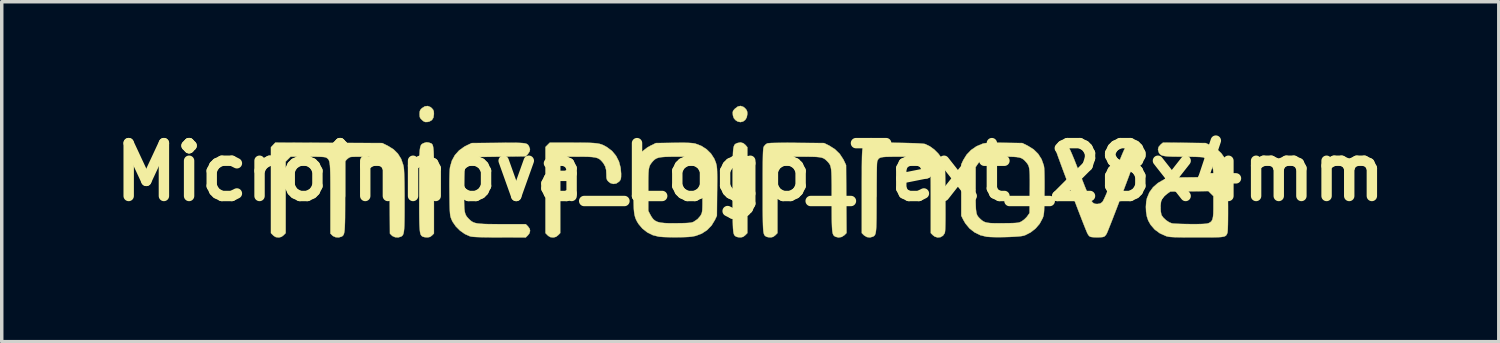
<source format=kicad_pcb>
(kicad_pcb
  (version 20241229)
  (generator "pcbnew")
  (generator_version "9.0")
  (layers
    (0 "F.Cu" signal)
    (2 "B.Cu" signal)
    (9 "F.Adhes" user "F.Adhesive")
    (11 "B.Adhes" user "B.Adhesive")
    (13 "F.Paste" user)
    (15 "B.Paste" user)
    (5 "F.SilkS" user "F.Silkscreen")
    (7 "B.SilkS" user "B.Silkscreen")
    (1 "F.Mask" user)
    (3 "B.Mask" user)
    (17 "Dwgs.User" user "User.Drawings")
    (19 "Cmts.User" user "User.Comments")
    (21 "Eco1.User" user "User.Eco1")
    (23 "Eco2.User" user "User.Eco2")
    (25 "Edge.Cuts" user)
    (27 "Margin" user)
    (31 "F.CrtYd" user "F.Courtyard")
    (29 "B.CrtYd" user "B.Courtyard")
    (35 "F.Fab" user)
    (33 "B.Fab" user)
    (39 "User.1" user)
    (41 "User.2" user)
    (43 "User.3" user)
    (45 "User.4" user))
  (footprint "Microinnova_Logo_Text_28x4mm"
    (layer "F.Cu")
    (at 18.586 1.912)
    (property "Reference" "Microinnova_Logo_Text_28x4mm" (at 0 0 0) (layer "F.SilkS") (effects (font (size 1.524 1.524) (thickness 0.3))))
    (attr through_hole)
    (fp_poly (pts (xy -0.203 -1.882) (xy -0.15 -1.84) (xy -0.107 -1.789) (xy -0.088 -1.736) (xy -0.085 -1.676) (xy -0.102 -1.579) (xy -0.145 -1.505) (xy -0.209 -1.458) (xy -0.284 -1.441) (xy -0.364 -1.458) (xy -0.425 -1.498) (xy -0.473 -1.554) (xy -0.497 -1.621) (xy -0.502 -1.656) (xy -0.506 -1.719) (xy -0.496 -1.762) (xy -0.464 -1.804) (xy -0.439 -1.83) (xy -0.359 -1.89) (xy -0.28 -1.907) (xy -0.203 -1.882)) (stroke (width 0.01) (type solid)) (fill yes) (layer "F.SilkS"))
    (fp_poly (pts (xy -9.222 -1.874) (xy -9.185 -1.843) (xy -9.145 -1.796) (xy -9.127 -1.746) (xy -9.123 -1.675) (xy -9.137 -1.572) (xy -9.181 -1.5) (xy -9.255 -1.457) (xy -9.305 -1.446) (xy -9.366 -1.443) (xy -9.411 -1.458) (xy -9.463 -1.498) (xy -9.464 -1.499) (xy -9.507 -1.543) (xy -9.529 -1.585) (xy -9.535 -1.644) (xy -9.536 -1.672) (xy -9.532 -1.742) (xy -9.517 -1.788) (xy -9.482 -1.829) (xy -9.466 -1.843) (xy -9.384 -1.895) (xy -9.301 -1.905) (xy -9.222 -1.874)) (stroke (width 0.01) (type solid)) (fill yes) (layer "F.SilkS"))
    (fp_poly (pts (xy -0.201 -0.832) (xy -0.137 -0.779) (xy -0.085 -0.716) (xy -0.085 1.76) (xy -0.147 1.822) (xy -0.205 1.867) (xy -0.271 1.883) (xy -0.289 1.883) (xy -0.353 1.877) (xy -0.403 1.864) (xy -0.407 1.861) (xy -0.428 1.848) (xy -0.446 1.834) (xy -0.461 1.814) (xy -0.473 1.787) (xy -0.483 1.747) (xy -0.491 1.693) (xy -0.497 1.621) (xy -0.501 1.528) (xy -0.504 1.41) (xy -0.506 1.264) (xy -0.507 1.086) (xy -0.508 0.875) (xy -0.508 0.625) (xy -0.508 0.519) (xy -0.508 0.252) (xy -0.508 0.025) (xy -0.507 -0.167) (xy -0.505 -0.326) (xy -0.502 -0.455) (xy -0.498 -0.559) (xy -0.492 -0.64) (xy -0.483 -0.701) (xy -0.472 -0.745) (xy -0.459 -0.777) (xy -0.442 -0.799) (xy -0.422 -0.814) (xy -0.398 -0.826) (xy -0.374 -0.836) (xy -0.283 -0.855) (xy -0.201 -0.832)) (stroke (width 0.01) (type solid)) (fill yes) (layer "F.SilkS"))
    (fp_poly (pts (xy -9.283 -0.853) (xy -9.259 -0.846) (xy -9.231 -0.837) (xy -9.207 -0.829) (xy -9.187 -0.817) (xy -9.171 -0.799) (xy -9.157 -0.771) (xy -9.147 -0.731) (xy -9.139 -0.675) (xy -9.132 -0.6) (xy -9.128 -0.502) (xy -9.125 -0.38) (xy -9.124 -0.228) (xy -9.123 -0.045) (xy -9.123 0.173) (xy -9.123 0.429) (xy -9.123 0.52) (xy -9.123 1.772) (xy -9.179 1.828) (xy -9.234 1.869) (xy -9.302 1.883) (xy -9.322 1.883) (xy -9.387 1.877) (xy -9.44 1.864) (xy -9.448 1.86) (xy -9.468 1.847) (xy -9.485 1.831) (xy -9.5 1.809) (xy -9.512 1.778) (xy -9.522 1.734) (xy -9.529 1.675) (xy -9.535 1.596) (xy -9.54 1.495) (xy -9.543 1.368) (xy -9.545 1.212) (xy -9.546 1.024) (xy -9.546 0.8) (xy -9.546 0.537) (xy -9.546 0.519) (xy -9.546 0.252) (xy -9.546 0.025) (xy -9.545 -0.167) (xy -9.543 -0.326) (xy -9.54 -0.456) (xy -9.535 -0.559) (xy -9.529 -0.64) (xy -9.52 -0.701) (xy -9.508 -0.746) (xy -9.494 -0.778) (xy -9.476 -0.801) (xy -9.455 -0.816) (xy -9.429 -0.829) (xy -9.408 -0.838) (xy -9.342 -0.858) (xy -9.283 -0.853)) (stroke (width 0.01) (type solid)) (fill yes) (layer "F.SilkS"))
    (fp_poly (pts (xy -4.914 -0.846) (xy -4.749 -0.845) (xy -4.615 -0.842) (xy -4.507 -0.836) (xy -4.421 -0.827) (xy -4.35 -0.814) (xy -4.29 -0.797) (xy -4.235 -0.774) (xy -4.18 -0.745) (xy -4.128 -0.715) (xy -3.984 -0.605) (xy -3.87 -0.466) (xy -3.787 -0.303) (xy -3.739 -0.121) (xy -3.725 0.046) (xy -3.726 0.132) (xy -3.732 0.188) (xy -3.745 0.226) (xy -3.769 0.258) (xy -3.787 0.277) (xy -3.865 0.329) (xy -3.951 0.342) (xy -4.036 0.316) (xy -4.087 0.277) (xy -4.12 0.24) (xy -4.138 0.204) (xy -4.147 0.154) (xy -4.149 0.078) (xy -4.149 0.064) (xy -4.156 -0.061) (xy -4.182 -0.16) (xy -4.231 -0.248) (xy -4.266 -0.294) (xy -4.31 -0.341) (xy -4.354 -0.377) (xy -4.407 -0.404) (xy -4.473 -0.422) (xy -4.559 -0.434) (xy -4.671 -0.441) (xy -4.816 -0.444) (xy -4.918 -0.444) (xy -5.338 -0.445) (xy -5.41 -0.373) (xy -5.482 -0.301) (xy -5.482 1.76) (xy -5.544 1.822) (xy -5.601 1.866) (xy -5.665 1.883) (xy -5.694 1.884) (xy -5.766 1.875) (xy -5.823 1.841) (xy -5.844 1.822) (xy -5.905 1.76) (xy -5.905 -0.723) (xy -5.844 -0.785) (xy -5.782 -0.847) (xy -5.117 -0.847) (xy -4.914 -0.846)) (stroke (width 0.01) (type solid)) (fill yes) (layer "F.SilkS"))
    (fp_poly (pts (xy 1.306 -0.843) (xy 1.335 -0.842) (xy 2.128 -0.836) (xy 2.276 -0.763) (xy 2.439 -0.66) (xy 2.577 -0.527) (xy 2.682 -0.368) (xy 2.697 -0.339) (xy 2.762 -0.201) (xy 2.775 1.758) (xy 2.712 1.821) (xy 2.636 1.87) (xy 2.547 1.886) (xy 2.461 1.866) (xy 2.454 1.862) (xy 2.43 1.848) (xy 2.41 1.831) (xy 2.393 1.807) (xy 2.38 1.773) (xy 2.37 1.725) (xy 2.362 1.66) (xy 2.357 1.572) (xy 2.353 1.46) (xy 2.351 1.318) (xy 2.35 1.143) (xy 2.35 0.931) (xy 2.349 0.815) (xy 2.349 0.585) (xy 2.349 0.393) (xy 2.347 0.235) (xy 2.344 0.108) (xy 2.34 0.006) (xy 2.333 -0.073) (xy 2.323 -0.134) (xy 2.31 -0.182) (xy 2.294 -0.219) (xy 2.273 -0.251) (xy 2.249 -0.28) (xy 2.227 -0.304) (xy 2.186 -0.344) (xy 2.148 -0.376) (xy 2.106 -0.4) (xy 2.054 -0.418) (xy 1.987 -0.43) (xy 1.9 -0.438) (xy 1.787 -0.442) (xy 1.643 -0.444) (xy 1.47 -0.445) (xy 0.927 -0.445) (xy 0.855 -0.373) (xy 0.783 -0.301) (xy 0.783 1.76) (xy 0.721 1.822) (xy 0.662 1.867) (xy 0.597 1.883) (xy 0.578 1.883) (xy 0.515 1.877) (xy 0.465 1.864) (xy 0.46 1.861) (xy 0.44 1.848) (xy 0.422 1.834) (xy 0.407 1.814) (xy 0.395 1.787) (xy 0.385 1.748) (xy 0.377 1.694) (xy 0.371 1.622) (xy 0.367 1.528) (xy 0.364 1.41) (xy 0.362 1.264) (xy 0.36 1.087) (xy 0.36 0.875) (xy 0.36 0.626) (xy 0.36 0.518) (xy 0.36 0.26) (xy 0.36 0.041) (xy 0.361 -0.142) (xy 0.362 -0.292) (xy 0.364 -0.415) (xy 0.366 -0.511) (xy 0.369 -0.586) (xy 0.373 -0.641) (xy 0.377 -0.682) (xy 0.383 -0.711) (xy 0.39 -0.731) (xy 0.396 -0.742) (xy 0.438 -0.792) (xy 0.487 -0.826) (xy 0.525 -0.832) (xy 0.601 -0.838) (xy 0.716 -0.841) (xy 0.872 -0.843) (xy 1.068 -0.844) (xy 1.306 -0.843)) (stroke (width 0.01) (type solid)) (fill yes) (layer "F.SilkS"))
    (fp_poly (pts (xy -6.752 -0.844) (xy -6.645 -0.841) (xy -6.563 -0.836) (xy -6.502 -0.828) (xy -6.459 -0.817) (xy -6.429 -0.802) (xy -6.407 -0.782) (xy -6.391 -0.758) (xy -6.38 -0.737) (xy -6.353 -0.663) (xy -6.362 -0.598) (xy -6.407 -0.53) (xy -6.412 -0.524) (xy -6.473 -0.455) (xy -7.214 -0.445) (xy -7.955 -0.434) (xy -8.047 -0.369) (xy -8.114 -0.311) (xy -8.174 -0.239) (xy -8.191 -0.211) (xy -8.207 -0.182) (xy -8.219 -0.155) (xy -8.228 -0.123) (xy -8.235 -0.081) (xy -8.241 -0.025) (xy -8.244 0.052) (xy -8.247 0.155) (xy -8.249 0.289) (xy -8.251 0.459) (xy -8.251 0.48) (xy -8.253 0.676) (xy -8.253 0.835) (xy -8.25 0.962) (xy -8.245 1.061) (xy -8.235 1.139) (xy -8.22 1.199) (xy -8.199 1.248) (xy -8.172 1.289) (xy -8.137 1.329) (xy -8.11 1.357) (xy -8.071 1.394) (xy -8.032 1.424) (xy -7.989 1.448) (xy -7.936 1.467) (xy -7.87 1.481) (xy -7.786 1.49) (xy -7.679 1.497) (xy -7.544 1.501) (xy -7.377 1.502) (xy -7.173 1.503) (xy -7.13 1.503) (xy -6.474 1.503) (xy -6.412 1.565) (xy -6.362 1.635) (xy -6.35 1.693) (xy -6.369 1.766) (xy -6.412 1.822) (xy -6.474 1.884) (xy -7.232 1.882) (xy -7.453 1.882) (xy -7.634 1.88) (xy -7.78 1.877) (xy -7.895 1.873) (xy -7.98 1.868) (xy -8.04 1.861) (xy -8.079 1.853) (xy -8.08 1.853) (xy -8.229 1.787) (xy -8.369 1.689) (xy -8.491 1.567) (xy -8.585 1.431) (xy -8.618 1.36) (xy -8.632 1.323) (xy -8.643 1.286) (xy -8.652 1.244) (xy -8.658 1.191) (xy -8.663 1.122) (xy -8.667 1.032) (xy -8.67 0.915) (xy -8.672 0.765) (xy -8.674 0.616) (xy -8.676 0.384) (xy -8.675 0.191) (xy -8.671 0.036) (xy -8.665 -0.078) (xy -8.657 -0.145) (xy -8.605 -0.328) (xy -8.518 -0.488) (xy -8.396 -0.624) (xy -8.241 -0.735) (xy -8.174 -0.769) (xy -8.033 -0.836) (xy -7.271 -0.842) (xy -7.062 -0.844) (xy -6.89 -0.845) (xy -6.752 -0.844)) (stroke (width 0.01) (type solid)) (fill yes) (layer "F.SilkS"))
    (fp_poly (pts (xy 9.039 -0.845) (xy 9.071 -0.839) (xy 9.101 -0.824) (xy 9.13 -0.798) (xy 9.161 -0.756) (xy 9.195 -0.695) (xy 9.235 -0.613) (xy 9.282 -0.505) (xy 9.339 -0.369) (xy 9.406 -0.2) (xy 9.486 0.004) (xy 9.501 0.041) (xy 9.583 0.25) (xy 9.651 0.423) (xy 9.709 0.563) (xy 9.757 0.674) (xy 9.797 0.759) (xy 9.832 0.822) (xy 9.864 0.866) (xy 9.894 0.894) (xy 9.925 0.91) (xy 9.958 0.918) (xy 9.996 0.92) (xy 10.013 0.92) (xy 10.089 0.908) (xy 10.149 0.867) (xy 10.151 0.865) (xy 10.174 0.831) (xy 10.209 0.762) (xy 10.256 0.657) (xy 10.316 0.515) (xy 10.388 0.336) (xy 10.475 0.119) (xy 10.509 0.03) (xy 10.591 -0.179) (xy 10.659 -0.352) (xy 10.716 -0.492) (xy 10.764 -0.603) (xy 10.804 -0.688) (xy 10.839 -0.751) (xy 10.87 -0.794) (xy 10.899 -0.822) (xy 10.929 -0.838) (xy 10.96 -0.845) (xy 10.996 -0.847) (xy 10.999 -0.847) (xy 11.075 -0.828) (xy 11.141 -0.781) (xy 11.185 -0.716) (xy 11.197 -0.659) (xy 11.19 -0.631) (xy 11.169 -0.568) (xy 11.136 -0.473) (xy 11.092 -0.352) (xy 11.039 -0.209) (xy 10.979 -0.047) (xy 10.914 0.129) (xy 10.844 0.315) (xy 10.772 0.506) (xy 10.699 0.699) (xy 10.627 0.888) (xy 10.557 1.071) (xy 10.491 1.242) (xy 10.431 1.397) (xy 10.377 1.533) (xy 10.333 1.644) (xy 10.299 1.727) (xy 10.277 1.777) (xy 10.274 1.783) (xy 10.239 1.832) (xy 10.204 1.862) (xy 10.159 1.874) (xy 10.087 1.88) (xy 10.001 1.883) (xy 9.915 1.88) (xy 9.842 1.873) (xy 9.797 1.862) (xy 9.795 1.861) (xy 9.758 1.827) (xy 9.729 1.782) (xy 9.709 1.739) (xy 9.677 1.662) (xy 9.634 1.555) (xy 9.582 1.424) (xy 9.523 1.272) (xy 9.458 1.104) (xy 9.389 0.923) (xy 9.317 0.735) (xy 9.244 0.542) (xy 9.172 0.351) (xy 9.102 0.164) (xy 9.035 -0.014) (xy 8.974 -0.179) (xy 8.92 -0.327) (xy 8.874 -0.452) (xy 8.839 -0.552) (xy 8.816 -0.622) (xy 8.806 -0.657) (xy 8.805 -0.659) (xy 8.825 -0.731) (xy 8.874 -0.793) (xy 8.944 -0.835) (xy 9.004 -0.847) (xy 9.039 -0.845)) (stroke (width 0.01) (type solid)) (fill yes) (layer "F.SilkS"))
    (fp_poly (pts (xy -12.155 -0.842) (xy -10.613 -0.836) (xy -10.451 -0.756) (xy -10.289 -0.656) (xy -10.162 -0.53) (xy -10.068 -0.379) (xy -10.007 -0.202) (xy -9.992 -0.127) (xy -9.987 -0.073) (xy -9.982 0.019) (xy -9.978 0.144) (xy -9.974 0.295) (xy -9.972 0.47) (xy -9.97 0.662) (xy -9.97 0.853) (xy -9.97 1.079) (xy -9.971 1.267) (xy -9.973 1.421) (xy -9.976 1.543) (xy -9.982 1.639) (xy -9.989 1.711) (xy -10 1.765) (xy -10.013 1.803) (xy -10.03 1.829) (xy -10.051 1.848) (xy -10.072 1.861) (xy -10.153 1.884) (xy -10.241 1.878) (xy -10.317 1.845) (xy -10.336 1.829) (xy -10.391 1.774) (xy -10.397 0.829) (xy -10.403 -0.116) (xy -10.463 -0.217) (xy -10.515 -0.289) (xy -10.58 -0.353) (xy -10.609 -0.376) (xy -10.641 -0.397) (xy -10.671 -0.412) (xy -10.707 -0.422) (xy -10.754 -0.429) (xy -10.82 -0.434) (xy -10.913 -0.437) (xy -11.038 -0.44) (xy -11.088 -0.441) (xy -11.216 -0.442) (xy -11.332 -0.442) (xy -11.429 -0.441) (xy -11.498 -0.438) (xy -11.531 -0.434) (xy -11.581 -0.41) (xy -11.631 -0.369) (xy -11.633 -0.366) (xy -11.684 -0.311) (xy -11.684 0.692) (xy -11.684 0.938) (xy -11.685 1.145) (xy -11.686 1.317) (xy -11.689 1.457) (xy -11.693 1.569) (xy -11.698 1.656) (xy -11.706 1.723) (xy -11.716 1.771) (xy -11.729 1.806) (xy -11.745 1.83) (xy -11.764 1.847) (xy -11.786 1.861) (xy -11.787 1.861) (xy -11.868 1.884) (xy -11.956 1.878) (xy -12.033 1.844) (xy -12.052 1.828) (xy -12.107 1.772) (xy -12.107 0.769) (xy -12.107 0.525) (xy -12.108 0.319) (xy -12.109 0.148) (xy -12.112 0.009) (xy -12.116 -0.102) (xy -12.121 -0.189) (xy -12.129 -0.256) (xy -12.139 -0.305) (xy -12.152 -0.342) (xy -12.168 -0.368) (xy -12.187 -0.389) (xy -12.211 -0.406) (xy -12.216 -0.41) (xy -12.237 -0.421) (xy -12.268 -0.43) (xy -12.315 -0.436) (xy -12.382 -0.44) (xy -12.475 -0.443) (xy -12.6 -0.444) (xy -12.76 -0.445) (xy -13.255 -0.445) (xy -13.327 -0.373) (xy -13.399 -0.301) (xy -13.399 1.76) (xy -13.46 1.822) (xy -13.518 1.866) (xy -13.582 1.883) (xy -13.61 1.884) (xy -13.682 1.875) (xy -13.739 1.841) (xy -13.76 1.822) (xy -13.822 1.76) (xy -13.822 -0.715) (xy -13.76 -0.782) (xy -13.698 -0.848) (xy -12.155 -0.842)) (stroke (width 0.01) (type solid)) (fill yes) (layer "F.SilkS"))
    (fp_poly (pts (xy 4.134 -0.844) (xy 4.303 -0.842) (xy 4.467 -0.839) (xy 4.622 -0.835) (xy 4.762 -0.831) (xy 4.88 -0.825) (xy 4.971 -0.818) (xy 5.029 -0.811) (xy 5.042 -0.808) (xy 5.174 -0.745) (xy 5.305 -0.65) (xy 5.423 -0.532) (xy 5.519 -0.401) (xy 5.573 -0.296) (xy 5.584 -0.267) (xy 5.593 -0.238) (xy 5.601 -0.205) (xy 5.607 -0.164) (xy 5.612 -0.11) (xy 5.616 -0.04) (xy 5.619 0.051) (xy 5.621 0.167) (xy 5.623 0.312) (xy 5.624 0.49) (xy 5.626 0.706) (xy 5.626 0.76) (xy 5.627 1.007) (xy 5.628 1.213) (xy 5.627 1.383) (xy 5.625 1.518) (xy 5.622 1.621) (xy 5.618 1.695) (xy 5.612 1.742) (xy 5.607 1.761) (xy 5.557 1.834) (xy 5.486 1.876) (xy 5.405 1.886) (xy 5.323 1.862) (xy 5.269 1.822) (xy 5.207 1.76) (xy 5.207 0.837) (xy 5.207 0.607) (xy 5.206 0.415) (xy 5.205 0.257) (xy 5.203 0.129) (xy 5.199 0.027) (xy 5.192 -0.052) (xy 5.184 -0.114) (xy 5.172 -0.162) (xy 5.157 -0.2) (xy 5.139 -0.232) (xy 5.116 -0.262) (xy 5.091 -0.292) (xy 5.053 -0.335) (xy 5.015 -0.37) (xy 4.973 -0.396) (xy 4.922 -0.415) (xy 4.855 -0.429) (xy 4.768 -0.437) (xy 4.654 -0.442) (xy 4.509 -0.444) (xy 4.328 -0.444) (xy 4.324 -0.444) (xy 4.149 -0.444) (xy 4.012 -0.442) (xy 3.906 -0.439) (xy 3.828 -0.433) (xy 3.772 -0.423) (xy 3.732 -0.408) (xy 3.705 -0.388) (xy 3.684 -0.361) (xy 3.666 -0.327) (xy 3.664 -0.324) (xy 3.658 -0.295) (xy 3.653 -0.231) (xy 3.649 -0.133) (xy 3.645 0.002) (xy 3.643 0.175) (xy 3.641 0.387) (xy 3.641 0.64) (xy 3.641 0.719) (xy 3.641 0.962) (xy 3.64 1.165) (xy 3.639 1.334) (xy 3.636 1.471) (xy 3.633 1.579) (xy 3.627 1.664) (xy 3.62 1.728) (xy 3.61 1.774) (xy 3.597 1.807) (xy 3.582 1.83) (xy 3.563 1.846) (xy 3.54 1.86) (xy 3.536 1.862) (xy 3.451 1.885) (xy 3.362 1.873) (xy 3.285 1.827) (xy 3.279 1.822) (xy 3.217 1.76) (xy 3.217 0.54) (xy 3.217 0.273) (xy 3.218 0.045) (xy 3.218 -0.147) (xy 3.22 -0.306) (xy 3.222 -0.437) (xy 3.226 -0.541) (xy 3.232 -0.622) (xy 3.239 -0.684) (xy 3.248 -0.729) (xy 3.26 -0.762) (xy 3.274 -0.784) (xy 3.291 -0.8) (xy 3.311 -0.813) (xy 3.327 -0.822) (xy 3.362 -0.829) (xy 3.433 -0.835) (xy 3.535 -0.839) (xy 3.661 -0.842) (xy 3.807 -0.844) (xy 3.967 -0.844) (xy 4.134 -0.844)) (stroke (width 0.01) (type solid)) (fill yes) (layer "F.SilkS"))
    (fp_poly (pts (xy 12.518 -0.843) (xy 13.134 -0.836) (xy 13.285 -0.765) (xy 13.443 -0.67) (xy 13.578 -0.547) (xy 13.682 -0.402) (xy 13.71 -0.349) (xy 13.769 -0.222) (xy 13.775 0.739) (xy 13.777 0.988) (xy 13.777 1.198) (xy 13.776 1.37) (xy 13.774 1.508) (xy 13.771 1.613) (xy 13.767 1.69) (xy 13.762 1.739) (xy 13.756 1.761) (xy 13.743 1.792) (xy 13.729 1.817) (xy 13.709 1.837) (xy 13.68 1.853) (xy 13.638 1.864) (xy 13.577 1.873) (xy 13.495 1.878) (xy 13.387 1.881) (xy 13.249 1.883) (xy 13.077 1.883) (xy 12.87 1.883) (xy 12.664 1.883) (xy 12.496 1.882) (xy 12.361 1.88) (xy 12.254 1.878) (xy 12.172 1.874) (xy 12.109 1.87) (xy 12.06 1.863) (xy 12.022 1.855) (xy 11.991 1.846) (xy 11.811 1.765) (xy 11.664 1.657) (xy 11.546 1.521) (xy 11.476 1.397) (xy 11.438 1.283) (xy 11.415 1.145) (xy 11.409 1.011) (xy 11.832 1.011) (xy 11.837 1.131) (xy 11.852 1.217) (xy 11.863 1.248) (xy 11.917 1.321) (xy 11.995 1.392) (xy 12.082 1.449) (xy 12.158 1.479) (xy 12.205 1.485) (xy 12.287 1.49) (xy 12.395 1.495) (xy 12.523 1.498) (xy 12.661 1.5) (xy 12.695 1.501) (xy 12.859 1.501) (xy 12.986 1.499) (xy 13.081 1.495) (xy 13.149 1.489) (xy 13.196 1.48) (xy 13.218 1.473) (xy 13.267 1.447) (xy 13.303 1.413) (xy 13.328 1.364) (xy 13.344 1.294) (xy 13.353 1.197) (xy 13.356 1.066) (xy 13.356 1.004) (xy 13.356 0.694) (xy 13.283 0.621) (xy 13.21 0.548) (xy 12.662 0.555) (xy 12.114 0.561) (xy 12.024 0.624) (xy 11.935 0.694) (xy 11.878 0.767) (xy 11.845 0.853) (xy 11.833 0.964) (xy 11.832 1.011) (xy 11.409 1.011) (xy 11.409 0.997) (xy 11.419 0.854) (xy 11.44 0.752) (xy 11.51 0.584) (xy 11.616 0.438) (xy 11.756 0.315) (xy 11.906 0.229) (xy 12.054 0.159) (xy 13.356 0.145) (xy 13.356 0.025) (xy 13.347 -0.072) (xy 13.324 -0.161) (xy 13.317 -0.18) (xy 13.268 -0.258) (xy 13.197 -0.335) (xy 13.119 -0.397) (xy 13.067 -0.425) (xy 13.032 -0.43) (xy 12.961 -0.435) (xy 12.86 -0.439) (xy 12.737 -0.442) (xy 12.597 -0.444) (xy 12.486 -0.445) (xy 12.303 -0.445) (xy 12.157 -0.447) (xy 12.044 -0.452) (xy 11.958 -0.461) (xy 11.895 -0.473) (xy 11.85 -0.491) (xy 11.818 -0.515) (xy 11.793 -0.546) (xy 11.78 -0.57) (xy 11.758 -0.65) (xy 11.776 -0.724) (xy 11.837 -0.795) (xy 11.837 -0.795) (xy 11.902 -0.849) (xy 12.518 -0.843)) (stroke (width 0.01) (type solid)) (fill yes) (layer "F.SilkS"))
    (fp_poly (pts (xy 7.338 -0.843) (xy 7.845 -0.836) (xy 8.006 -0.756) (xy 8.171 -0.653) (xy 8.302 -0.524) (xy 8.4 -0.37) (xy 8.463 -0.193) (xy 8.468 -0.17) (xy 8.475 -0.115) (xy 8.48 -0.022) (xy 8.483 0.107) (xy 8.485 0.267) (xy 8.485 0.454) (xy 8.483 0.575) (xy 8.481 0.758) (xy 8.479 0.905) (xy 8.476 1.019) (xy 8.473 1.107) (xy 8.468 1.174) (xy 8.461 1.225) (xy 8.453 1.266) (xy 8.442 1.301) (xy 8.429 1.333) (xy 8.346 1.488) (xy 8.229 1.625) (xy 8.088 1.737) (xy 7.93 1.818) (xy 7.887 1.833) (xy 7.826 1.845) (xy 7.73 1.856) (xy 7.61 1.864) (xy 7.472 1.871) (xy 7.326 1.875) (xy 7.18 1.877) (xy 7.042 1.876) (xy 6.92 1.872) (xy 6.824 1.865) (xy 6.812 1.863) (xy 6.634 1.82) (xy 6.469 1.739) (xy 6.324 1.626) (xy 6.205 1.483) (xy 6.144 1.378) (xy 6.085 1.259) (xy 6.085 -0.143) (xy 6.498 -0.143) (xy 6.498 0.502) (xy 6.498 0.696) (xy 6.499 0.852) (xy 6.502 0.976) (xy 6.507 1.072) (xy 6.516 1.146) (xy 6.528 1.203) (xy 6.545 1.247) (xy 6.568 1.283) (xy 6.598 1.317) (xy 6.634 1.353) (xy 6.679 1.393) (xy 6.725 1.424) (xy 6.777 1.447) (xy 6.842 1.462) (xy 6.926 1.472) (xy 7.036 1.476) (xy 7.177 1.477) (xy 7.303 1.476) (xy 7.449 1.474) (xy 7.56 1.472) (xy 7.642 1.468) (xy 7.702 1.463) (xy 7.746 1.455) (xy 7.78 1.444) (xy 7.812 1.428) (xy 7.831 1.418) (xy 7.901 1.367) (xy 7.969 1.3) (xy 7.989 1.274) (xy 8.054 1.182) (xy 8.061 0.564) (xy 8.062 0.369) (xy 8.062 0.21) (xy 8.06 0.084) (xy 8.055 -0.015) (xy 8.047 -0.091) (xy 8.035 -0.15) (xy 8.018 -0.197) (xy 7.995 -0.236) (xy 7.967 -0.273) (xy 7.954 -0.287) (xy 7.91 -0.336) (xy 7.866 -0.373) (xy 7.819 -0.401) (xy 7.761 -0.42) (xy 7.685 -0.433) (xy 7.587 -0.44) (xy 7.46 -0.444) (xy 7.297 -0.444) (xy 7.275 -0.445) (xy 7.124 -0.444) (xy 7.01 -0.443) (xy 6.924 -0.441) (xy 6.862 -0.436) (xy 6.817 -0.43) (xy 6.781 -0.419) (xy 6.749 -0.406) (xy 6.729 -0.396) (xy 6.643 -0.333) (xy 6.568 -0.247) (xy 6.567 -0.245) (xy 6.498 -0.143) (xy 6.085 -0.143) (xy 6.085 -0.222) (xy 6.142 -0.344) (xy 6.238 -0.5) (xy 6.366 -0.634) (xy 6.52 -0.741) (xy 6.692 -0.814) (xy 6.734 -0.826) (xy 6.797 -0.835) (xy 6.901 -0.841) (xy 7.045 -0.844) (xy 7.228 -0.844) (xy 7.338 -0.843)) (stroke (width 0.01) (type solid)) (fill yes) (layer "F.SilkS"))
    (fp_poly (pts (xy -1.895 -0.844) (xy -1.786 -0.842) (xy -1.702 -0.837) (xy -1.637 -0.83) (xy -1.585 -0.82) (xy -1.578 -0.818) (xy -1.409 -0.753) (xy -1.259 -0.656) (xy -1.133 -0.532) (xy -1.038 -0.385) (xy -0.993 -0.273) (xy -0.982 -0.232) (xy -0.972 -0.192) (xy -0.965 -0.146) (xy -0.96 -0.09) (xy -0.957 -0.019) (xy -0.955 0.073) (xy -0.954 0.191) (xy -0.955 0.34) (xy -0.956 0.525) (xy -0.957 0.563) (xy -0.963 1.259) (xy -1.02 1.38) (xy -1.117 1.54) (xy -1.244 1.671) (xy -1.397 1.772) (xy -1.573 1.839) (xy -1.693 1.862) (xy -1.789 1.871) (xy -1.915 1.876) (xy -2.061 1.879) (xy -2.214 1.88) (xy -2.364 1.877) (xy -2.499 1.873) (xy -2.608 1.865) (xy -2.64 1.861) (xy -2.809 1.819) (xy -2.968 1.74) (xy -3.109 1.63) (xy -3.224 1.494) (xy -3.275 1.408) (xy -3.301 1.353) (xy -3.321 1.296) (xy -3.337 1.233) (xy -3.349 1.158) (xy -3.357 1.066) (xy -3.361 0.951) (xy -3.364 0.81) (xy -3.363 0.636) (xy -3.362 0.515) (xy -2.942 0.515) (xy -2.942 1.117) (xy -2.884 1.228) (xy -2.841 1.303) (xy -2.795 1.362) (xy -2.74 1.406) (xy -2.672 1.438) (xy -2.585 1.459) (xy -2.472 1.471) (xy -2.329 1.477) (xy -2.15 1.476) (xy -2.127 1.476) (xy -1.979 1.474) (xy -1.866 1.471) (xy -1.783 1.466) (xy -1.722 1.46) (xy -1.679 1.451) (xy -1.645 1.439) (xy -1.63 1.432) (xy -1.521 1.358) (xy -1.442 1.268) (xy -1.415 1.222) (xy -1.404 1.197) (xy -1.395 1.169) (xy -1.388 1.133) (xy -1.383 1.085) (xy -1.38 1.019) (xy -1.378 0.93) (xy -1.378 0.813) (xy -1.379 0.664) (xy -1.38 0.491) (xy -1.386 -0.159) (xy -1.45 -0.248) (xy -1.509 -0.313) (xy -1.583 -0.373) (xy -1.612 -0.391) (xy -1.646 -0.409) (xy -1.678 -0.422) (xy -1.714 -0.432) (xy -1.762 -0.438) (xy -1.827 -0.442) (xy -1.917 -0.444) (xy -2.037 -0.444) (xy -2.151 -0.444) (xy -2.321 -0.443) (xy -2.455 -0.439) (xy -2.558 -0.431) (xy -2.637 -0.418) (xy -2.698 -0.398) (xy -2.747 -0.37) (xy -2.789 -0.333) (xy -2.825 -0.294) (xy -2.857 -0.254) (xy -2.883 -0.216) (xy -2.903 -0.175) (xy -2.918 -0.125) (xy -2.929 -0.062) (xy -2.936 0.019) (xy -2.94 0.126) (xy -2.942 0.261) (xy -2.942 0.432) (xy -2.942 0.515) (xy -3.362 0.515) (xy -3.362 0.445) (xy -3.359 0.261) (xy -3.357 0.114) (xy -3.354 -0.001) (xy -3.35 -0.09) (xy -3.345 -0.157) (xy -3.339 -0.208) (xy -3.33 -0.249) (xy -3.32 -0.285) (xy -3.307 -0.318) (xy -3.227 -0.465) (xy -3.111 -0.598) (xy -2.969 -0.708) (xy -2.884 -0.756) (xy -2.722 -0.836) (xy -2.21 -0.843) (xy -2.034 -0.844) (xy -1.895 -0.844)) (stroke (width 0.01) (type solid)) (fill yes) (layer "F.SilkS")))
  (gr_rect
    (start -3 -3)
    (end 40.171 6.803)
    (stroke (width 0.1) (type default))
    (fill no)
    (layer "Edge.Cuts")))
</source>
